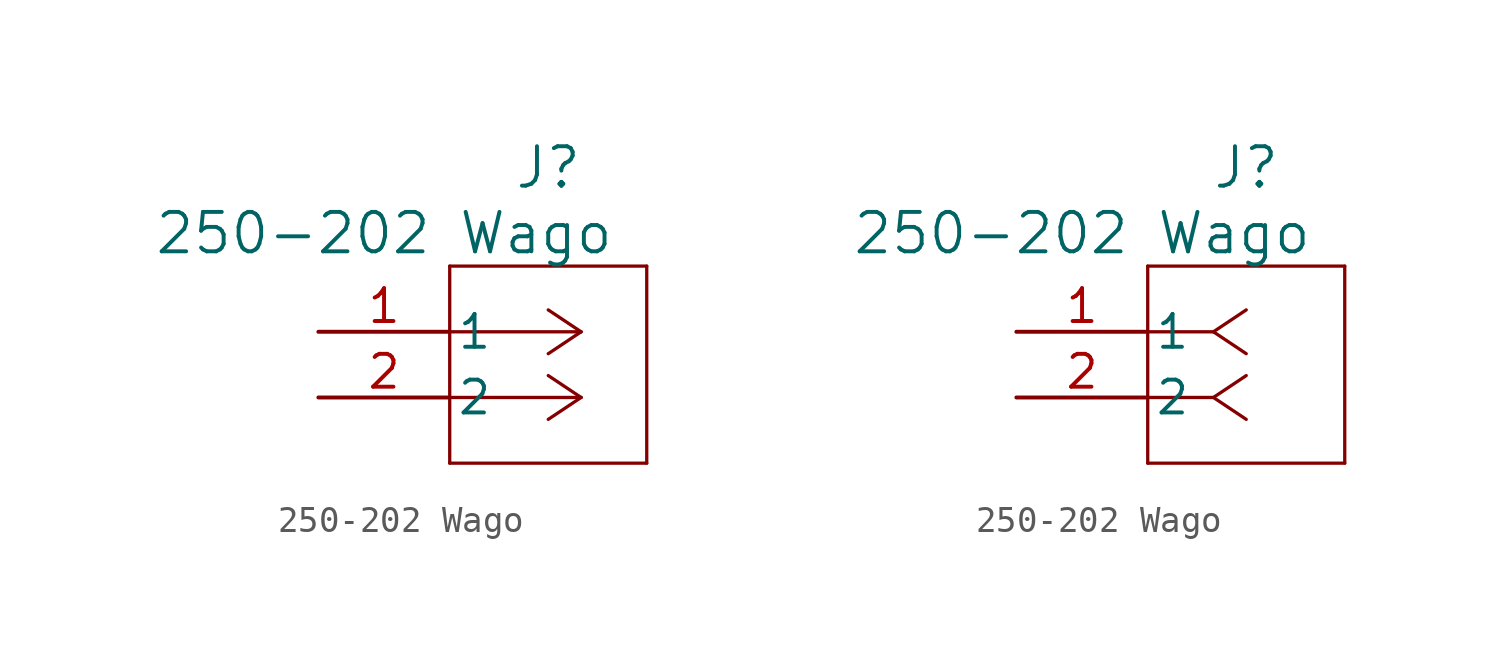
<source format=kicad_sym>
(kicad_symbol_lib
  (version 20220914)
  (generator kicad_symbol_editor)
  (symbol "250-202 Wago"
    (pin_names
      (offset 0.254))
    (property "Reference" "J"
      (at 8.89 6.35 0)
      (effects (font (size 1.524 1.524))))
    (property "Value" "250-202 Wago"
      (at 2.54 3.81 0)
      (effects (font (size 1.524 1.524))))
    (property "ki_locked" ""
      (at 0 0 0)
      (effects (font (size 1.27 1.27))))
    (symbol "250-202 Wago_1_1"
      (polyline (pts (xy 5.08 -5.08) (xy 12.7 -5.08)) (stroke (width 0.127) (type default)) (fill (type none)))
      (polyline (pts (xy 5.08 2.54) (xy 5.08 -5.08)) (stroke (width 0.127) (type default)) (fill (type none)))
      (polyline (pts (xy 10.16 -2.54) (xy 5.08 -2.54)) (stroke (width 0.127) (type default)) (fill (type none)))
      (polyline (pts (xy 10.16 -2.54) (xy 8.89 -3.387)) (stroke (width 0.127) (type default)) (fill (type none)))
      (polyline (pts (xy 10.16 -2.54) (xy 8.89 -1.693)) (stroke (width 0.127) (type default)) (fill (type none)))
      (polyline (pts (xy 10.16 0) (xy 5.08 0)) (stroke (width 0.127) (type default)) (fill (type none)))
      (polyline (pts (xy 10.16 0) (xy 8.89 -0.847)) (stroke (width 0.127) (type default)) (fill (type none)))
      (polyline (pts (xy 10.16 0) (xy 8.89 0.847)) (stroke (width 0.127) (type default)) (fill (type none)))
      (polyline (pts (xy 12.7 -5.08) (xy 12.7 2.54)) (stroke (width 0.127) (type default)) (fill (type none)))
      (polyline (pts (xy 12.7 2.54) (xy 5.08 2.54)) (stroke (width 0.127) (type default)) (fill (type none)))
      (pin unspecified line (at 0 0 0) (length 5.08) (name "1" (effects (font (size 1.27 1.27)))) (number "1" (effects (font (size 1.27 1.27)))))
      (pin unspecified line (at 0 -2.54 0) (length 5.08) (name "2" (effects (font (size 1.27 1.27)))) (number "2" (effects (font (size 1.27 1.27))))))
    (symbol "250-202 Wago_1_2"
      (polyline (pts (xy 5.08 -5.08) (xy 12.7 -5.08)) (stroke (width 0.127) (type default)) (fill (type none)))
      (polyline (pts (xy 5.08 2.54) (xy 5.08 -5.08)) (stroke (width 0.127) (type default)) (fill (type none)))
      (polyline (pts (xy 7.62 -2.54) (xy 5.08 -2.54)) (stroke (width 0.127) (type default)) (fill (type none)))
      (polyline (pts (xy 7.62 -2.54) (xy 8.89 -3.387)) (stroke (width 0.127) (type default)) (fill (type none)))
      (polyline (pts (xy 7.62 -2.54) (xy 8.89 -1.693)) (stroke (width 0.127) (type default)) (fill (type none)))
      (polyline (pts (xy 7.62 0) (xy 5.08 0)) (stroke (width 0.127) (type default)) (fill (type none)))
      (polyline (pts (xy 7.62 0) (xy 8.89 -0.847)) (stroke (width 0.127) (type default)) (fill (type none)))
      (polyline (pts (xy 7.62 0) (xy 8.89 0.847)) (stroke (width 0.127) (type default)) (fill (type none)))
      (polyline (pts (xy 12.7 -5.08) (xy 12.7 2.54)) (stroke (width 0.127) (type default)) (fill (type none)))
      (polyline (pts (xy 12.7 2.54) (xy 5.08 2.54)) (stroke (width 0.127) (type default)) (fill (type none)))
      (pin unspecified line (at 0 0 0) (length 5.08) (name "1" (effects (font (size 1.27 1.27)))) (number "1" (effects (font (size 1.27 1.27)))))
      (pin unspecified line (at 0 -2.54 0) (length 5.08) (name "2" (effects (font (size 1.27 1.27)))) (number "2" (effects (font (size 1.27 1.27))))))))
</source>
